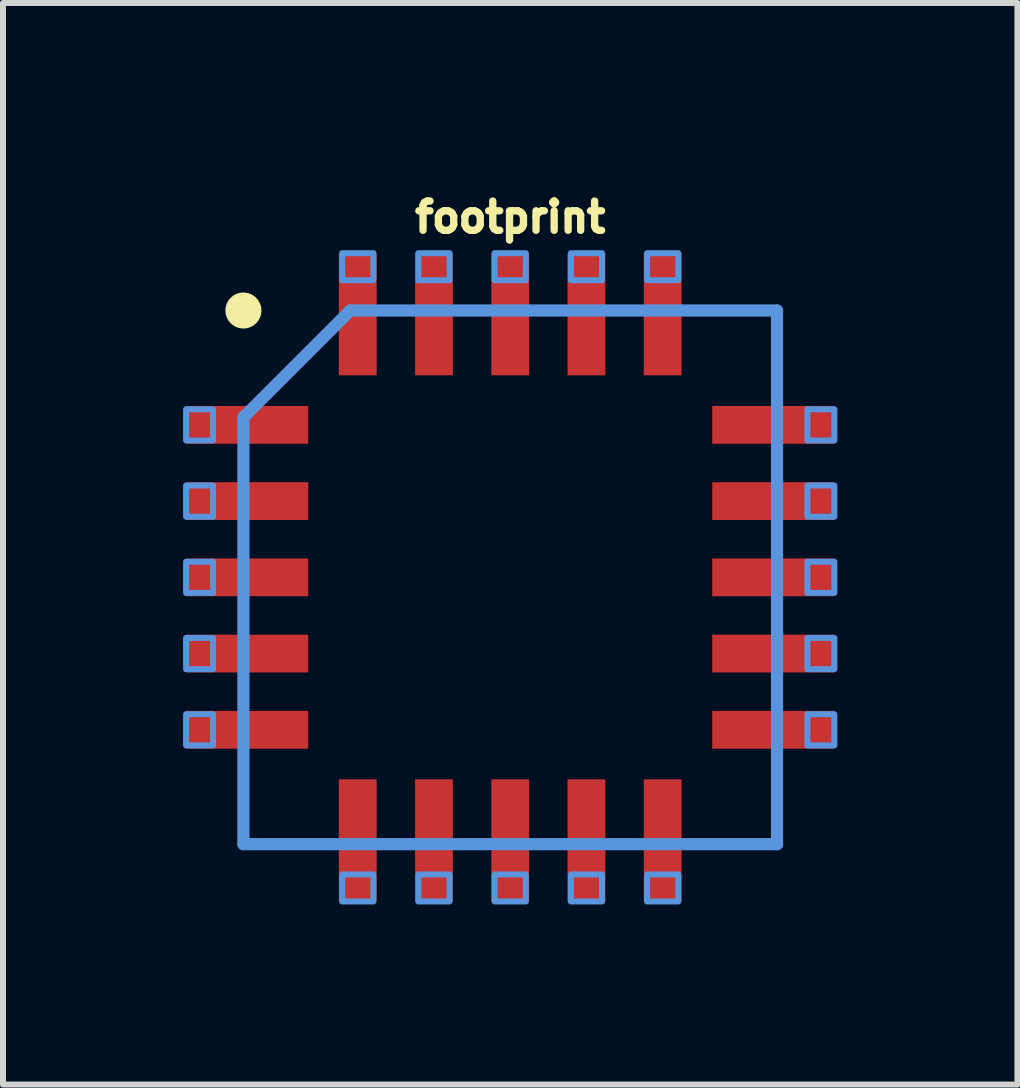
<source format=kicad_pcb>
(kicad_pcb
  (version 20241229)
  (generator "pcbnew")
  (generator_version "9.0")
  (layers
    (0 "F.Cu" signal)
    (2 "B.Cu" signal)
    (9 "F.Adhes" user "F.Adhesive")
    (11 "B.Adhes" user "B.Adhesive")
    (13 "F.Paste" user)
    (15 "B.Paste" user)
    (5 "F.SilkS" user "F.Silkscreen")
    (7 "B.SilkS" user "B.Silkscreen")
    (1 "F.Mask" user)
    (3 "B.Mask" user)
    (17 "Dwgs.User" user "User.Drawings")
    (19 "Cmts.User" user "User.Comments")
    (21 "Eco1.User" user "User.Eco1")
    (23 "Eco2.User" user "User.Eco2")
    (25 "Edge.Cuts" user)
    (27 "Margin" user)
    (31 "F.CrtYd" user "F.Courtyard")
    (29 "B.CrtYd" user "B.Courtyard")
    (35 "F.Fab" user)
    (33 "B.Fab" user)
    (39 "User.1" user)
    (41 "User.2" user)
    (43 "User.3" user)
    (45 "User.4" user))
  (footprint "footprint"
    (layer "F.Cu")
    (at 5.45 6.568)
    (property "Reference" "footprint" (at 0 -5.715 0) (layer "F.SilkS") (effects (font (size 0.488 0.488) (thickness 0.122)) (justify bottom)))
    (fp_circle (center -4.445 -4.445) (end -4.295 -4.445) (stroke (width 0.3) (type solid)) (fill yes) (layer "F.SilkS"))
    (fp_line (start -4.445 -2.665) (end -4.445 4.445) (stroke (width 0.203) (type solid)) (layer "Cmts.User"))
    (fp_line (start -4.445 4.445) (end 4.445 4.445) (stroke (width 0.203) (type solid)) (layer "Cmts.User"))
    (fp_line (start -2.665 -4.445) (end -4.445 -2.665) (stroke (width 0.203) (type solid)) (layer "Cmts.User"))
    (fp_line (start 4.445 -4.445) (end -2.665 -4.445) (stroke (width 0.203) (type solid)) (layer "Cmts.User"))
    (fp_line (start 4.445 4.445) (end 4.445 -4.445) (stroke (width 0.203) (type solid)) (layer "Cmts.User"))
    (fp_poly (pts (xy -5.4 -2.28) (xy -4.95 -2.28) (xy -4.95 -2.8) (xy -5.4 -2.8)) (stroke (width 0.1) (type solid)) (fill no) (layer "Cmts.User"))
    (fp_poly (pts (xy -5.4 -1.01) (xy -4.95 -1.01) (xy -4.95 -1.53) (xy -5.4 -1.53)) (stroke (width 0.1) (type solid)) (fill no) (layer "Cmts.User"))
    (fp_poly (pts (xy -5.4 0.26) (xy -4.95 0.26) (xy -4.95 -0.26) (xy -5.4 -0.26)) (stroke (width 0.1) (type solid)) (fill no) (layer "Cmts.User"))
    (fp_poly (pts (xy -5.4 1.53) (xy -4.95 1.53) (xy -4.95 1.01) (xy -5.4 1.01)) (stroke (width 0.1) (type solid)) (fill no) (layer "Cmts.User"))
    (fp_poly (pts (xy -5.4 2.8) (xy -4.95 2.8) (xy -4.95 2.28) (xy -5.4 2.28)) (stroke (width 0.1) (type solid)) (fill no) (layer "Cmts.User"))
    (fp_poly (pts (xy -2.8 -4.95) (xy -2.28 -4.95) (xy -2.28 -5.4) (xy -2.8 -5.4)) (stroke (width 0.1) (type solid)) (fill no) (layer "Cmts.User"))
    (fp_poly (pts (xy -2.8 5.4) (xy -2.28 5.4) (xy -2.28 4.95) (xy -2.8 4.95)) (stroke (width 0.1) (type solid)) (fill no) (layer "Cmts.User"))
    (fp_poly (pts (xy -1.53 -4.95) (xy -1.01 -4.95) (xy -1.01 -5.4) (xy -1.53 -5.4)) (stroke (width 0.1) (type solid)) (fill no) (layer "Cmts.User"))
    (fp_poly (pts (xy -1.53 5.4) (xy -1.01 5.4) (xy -1.01 4.95) (xy -1.53 4.95)) (stroke (width 0.1) (type solid)) (fill no) (layer "Cmts.User"))
    (fp_poly (pts (xy -0.26 -4.95) (xy 0.26 -4.95) (xy 0.26 -5.4) (xy -0.26 -5.4)) (stroke (width 0.1) (type solid)) (fill no) (layer "Cmts.User"))
    (fp_poly (pts (xy -0.26 5.4) (xy 0.26 5.4) (xy 0.26 4.95) (xy -0.26 4.95)) (stroke (width 0.1) (type solid)) (fill no) (layer "Cmts.User"))
    (fp_poly (pts (xy 1.01 -4.95) (xy 1.53 -4.95) (xy 1.53 -5.4) (xy 1.01 -5.4)) (stroke (width 0.1) (type solid)) (fill no) (layer "Cmts.User"))
    (fp_poly (pts (xy 1.01 5.4) (xy 1.53 5.4) (xy 1.53 4.95) (xy 1.01 4.95)) (stroke (width 0.1) (type solid)) (fill no) (layer "Cmts.User"))
    (fp_poly (pts (xy 2.28 -4.95) (xy 2.8 -4.95) (xy 2.8 -5.4) (xy 2.28 -5.4)) (stroke (width 0.1) (type solid)) (fill no) (layer "Cmts.User"))
    (fp_poly (pts (xy 2.28 5.4) (xy 2.8 5.4) (xy 2.8 4.95) (xy 2.28 4.95)) (stroke (width 0.1) (type solid)) (fill no) (layer "Cmts.User"))
    (fp_poly (pts (xy 4.95 -2.28) (xy 5.4 -2.28) (xy 5.4 -2.8) (xy 4.95 -2.8)) (stroke (width 0.1) (type solid)) (fill no) (layer "Cmts.User"))
    (fp_poly (pts (xy 4.95 -1.01) (xy 5.4 -1.01) (xy 5.4 -1.53) (xy 4.95 -1.53)) (stroke (width 0.1) (type solid)) (fill no) (layer "Cmts.User"))
    (fp_poly (pts (xy 4.95 0.26) (xy 5.4 0.26) (xy 5.4 -0.26) (xy 4.95 -0.26)) (stroke (width 0.1) (type solid)) (fill no) (layer "Cmts.User"))
    (fp_poly (pts (xy 4.95 1.53) (xy 5.4 1.53) (xy 5.4 1.01) (xy 4.95 1.01)) (stroke (width 0.1) (type solid)) (fill no) (layer "Cmts.User"))
    (fp_poly (pts (xy 4.95 2.8) (xy 5.4 2.8) (xy 5.4 2.28) (xy 4.95 2.28)) (stroke (width 0.1) (type solid)) (fill no) (layer "Cmts.User"))
    (pad "1" smd rect (at 0 -4.383) (size 0.63 2.035) (layers "F.Cu" "F.Mask" "F.Paste"))
    (pad "2" smd rect (at -1.27 -4.383) (size 0.63 2.035) (layers "F.Cu" "F.Mask" "F.Paste"))
    (pad "3" smd rect (at -2.54 -4.383) (size 0.63 2.035) (layers "F.Cu" "F.Mask" "F.Paste"))
    (pad "4" smd rect (at -4.383 -2.54 90) (size 0.63 2.035) (layers "F.Cu" "F.Mask" "F.Paste"))
    (pad "5" smd rect (at -4.383 -1.27 90) (size 0.63 2.035) (layers "F.Cu" "F.Mask" "F.Paste"))
    (pad "6" smd rect (at -4.383 0 90) (size 0.63 2.035) (layers "F.Cu" "F.Mask" "F.Paste"))
    (pad "7" smd rect (at -4.383 1.27 90) (size 0.63 2.035) (layers "F.Cu" "F.Mask" "F.Paste"))
    (pad "8" smd rect (at -4.383 2.54 90) (size 0.63 2.035) (layers "F.Cu" "F.Mask" "F.Paste"))
    (pad "9" smd rect (at -2.54 4.383) (size 0.63 2.035) (layers "F.Cu" "F.Mask" "F.Paste"))
    (pad "10" smd rect (at -1.27 4.383) (size 0.63 2.035) (layers "F.Cu" "F.Mask" "F.Paste"))
    (pad "11" smd rect (at 0 4.383) (size 0.63 2.035) (layers "F.Cu" "F.Mask" "F.Paste"))
    (pad "12" smd rect (at 1.27 4.383) (size 0.63 2.035) (layers "F.Cu" "F.Mask" "F.Paste"))
    (pad "13" smd rect (at 2.54 4.383) (size 0.63 2.035) (layers "F.Cu" "F.Mask" "F.Paste"))
    (pad "14" smd rect (at 4.383 2.54 90) (size 0.63 2.035) (layers "F.Cu" "F.Mask" "F.Paste"))
    (pad "15" smd rect (at 4.383 1.27 90) (size 0.63 2.035) (layers "F.Cu" "F.Mask" "F.Paste"))
    (pad "16" smd rect (at 4.383 0 90) (size 0.63 2.035) (layers "F.Cu" "F.Mask" "F.Paste"))
    (pad "17" smd rect (at 4.383 -1.27 90) (size 0.63 2.035) (layers "F.Cu" "F.Mask" "F.Paste"))
    (pad "18" smd rect (at 4.383 -2.54 90) (size 0.63 2.035) (layers "F.Cu" "F.Mask" "F.Paste"))
    (pad "19" smd rect (at 2.54 -4.383) (size 0.63 2.035) (layers "F.Cu" "F.Mask" "F.Paste"))
    (pad "20" smd rect (at 1.27 -4.383) (size 0.63 2.035) (layers "F.Cu" "F.Mask" "F.Paste")))
  (gr_rect
    (start -3 -3)
    (end 13.9 15.018)
    (stroke (width 0.1) (type default))
    (fill no)
    (layer "Edge.Cuts")))
</source>
